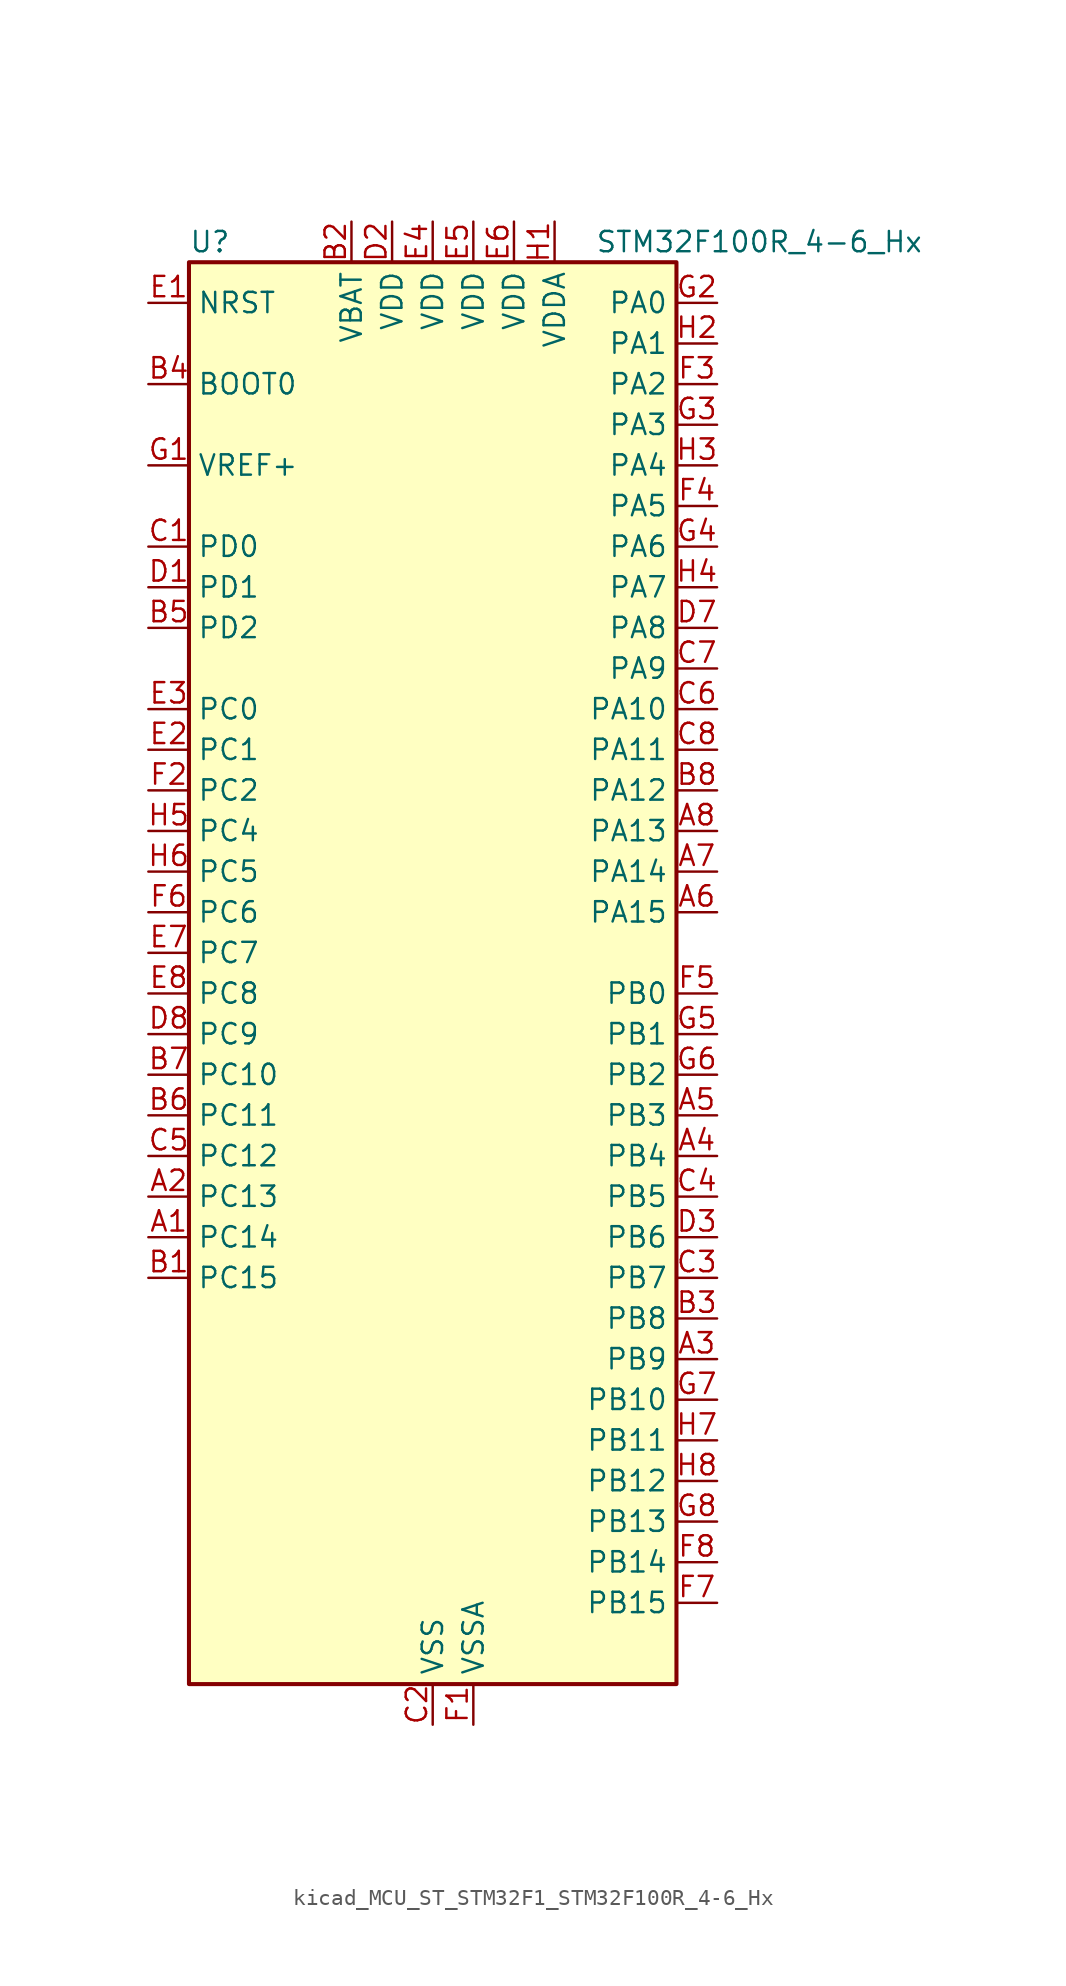
<source format=kicad_sym>
(kicad_symbol_lib
  (version 20220914)
  (generator kicad_symbol_editor)
  (symbol "kicad_MCU_ST_STM32F1_STM32F100R_4-6_Hx"
    (property "Reference" "U"
      (at -15.24 46.99 0)
      (effects (font (size 1.27 1.27)) (justify left)))
    (property "Value" "STM32F100R_4-6_Hx"
      (at 10.16 46.99 0)
      (effects (font (size 1.27 1.27)) (justify left)))
    (property "ki_locked" ""
      (at 0 0 0)
      (effects (font (size 1.27 1.27))))
    (symbol "kicad_MCU_ST_STM32F1_STM32F100R_4-6_Hx_0_1"
      (rectangle (start -15.24 -43.18) (end 15.24 45.72) (stroke (width 0.254) (type default)) (fill (type background))))
    (symbol "kicad_MCU_ST_STM32F1_STM32F100R_4-6_Hx_1_1"
      (pin bidirectional line (at -17.78 -15.24 0) (length 2.54) (name "PC14" (effects (font (size 1.27 1.27)))) (number "A1" (effects (font (size 1.27 1.27)))) (alternate "RCC_OSC32_IN" bidirectional line))
      (pin bidirectional line (at -17.78 -12.7 0) (length 2.54) (name "PC13" (effects (font (size 1.27 1.27)))) (number "A2" (effects (font (size 1.27 1.27)))) (alternate "RTC_OUT" bidirectional line) (alternate "RTC_TAMPER" bidirectional line))
      (pin bidirectional line (at 17.78 -22.86 180) (length 2.54) (name "PB9" (effects (font (size 1.27 1.27)))) (number "A3" (effects (font (size 1.27 1.27)))) (alternate "DAC_EXTI9" bidirectional line) (alternate "I2C1_SDA" bidirectional line) (alternate "TIM17_CH1" bidirectional line))
      (pin bidirectional line (at 17.78 -10.16 180) (length 2.54) (name "PB4" (effects (font (size 1.27 1.27)))) (number "A4" (effects (font (size 1.27 1.27)))) (alternate "SPI1_MISO" bidirectional line) (alternate "SYS_NJTRST" bidirectional line) (alternate "TIM3_CH1" bidirectional line))
      (pin bidirectional line (at 17.78 -7.62 180) (length 2.54) (name "PB3" (effects (font (size 1.27 1.27)))) (number "A5" (effects (font (size 1.27 1.27)))) (alternate "SPI1_SCK" bidirectional line) (alternate "SYS_JTDO-TRACESWO" bidirectional line) (alternate "TIM2_CH2" bidirectional line))
      (pin bidirectional line (at 17.78 5.08 180) (length 2.54) (name "PA15" (effects (font (size 1.27 1.27)))) (number "A6" (effects (font (size 1.27 1.27)))) (alternate "ADC1_EXTI15" bidirectional line) (alternate "SPI1_NSS" bidirectional line) (alternate "SYS_JTDI" bidirectional line) (alternate "TIM2_CH1" bidirectional line) (alternate "TIM2_ETR" bidirectional line))
      (pin bidirectional line (at 17.78 7.62 180) (length 2.54) (name "PA14" (effects (font (size 1.27 1.27)))) (number "A7" (effects (font (size 1.27 1.27)))) (alternate "SYS_JTCK-SWCLK" bidirectional line))
      (pin bidirectional line (at 17.78 10.16 180) (length 2.54) (name "PA13" (effects (font (size 1.27 1.27)))) (number "A8" (effects (font (size 1.27 1.27)))) (alternate "SYS_JTMS-SWDIO" bidirectional line))
      (pin bidirectional line (at -17.78 -17.78 0) (length 2.54) (name "PC15" (effects (font (size 1.27 1.27)))) (number "B1" (effects (font (size 1.27 1.27)))) (alternate "ADC1_EXTI15" bidirectional line) (alternate "RCC_OSC32_OUT" bidirectional line))
      (pin power_in line (at -5.08 48.26 270) (length 2.54) (name "VBAT" (effects (font (size 1.27 1.27)))) (number "B2" (effects (font (size 1.27 1.27)))))
      (pin bidirectional line (at 17.78 -20.32 180) (length 2.54) (name "PB8" (effects (font (size 1.27 1.27)))) (number "B3" (effects (font (size 1.27 1.27)))) (alternate "CEC" bidirectional line) (alternate "I2C1_SCL" bidirectional line) (alternate "TIM16_CH1" bidirectional line))
      (pin input line (at -17.78 38.1 0) (length 2.54) (name "BOOT0" (effects (font (size 1.27 1.27)))) (number "B4" (effects (font (size 1.27 1.27)))))
      (pin bidirectional line (at -17.78 22.86 0) (length 2.54) (name "PD2" (effects (font (size 1.27 1.27)))) (number "B5" (effects (font (size 1.27 1.27)))) (alternate "TIM3_ETR" bidirectional line))
      (pin bidirectional line (at -17.78 -7.62 0) (length 2.54) (name "PC11" (effects (font (size 1.27 1.27)))) (number "B6" (effects (font (size 1.27 1.27)))) (alternate "ADC1_EXTI11" bidirectional line))
      (pin bidirectional line (at -17.78 -5.08 0) (length 2.54) (name "PC10" (effects (font (size 1.27 1.27)))) (number "B7" (effects (font (size 1.27 1.27)))))
      (pin bidirectional line (at 17.78 12.7 180) (length 2.54) (name "PA12" (effects (font (size 1.27 1.27)))) (number "B8" (effects (font (size 1.27 1.27)))) (alternate "TIM1_ETR" bidirectional line) (alternate "USART1_RTS" bidirectional line))
      (pin bidirectional line (at -17.78 27.94 0) (length 2.54) (name "PD0" (effects (font (size 1.27 1.27)))) (number "C1" (effects (font (size 1.27 1.27)))) (alternate "RCC_OSC_IN" bidirectional line))
      (pin power_in line (at 0 -45.72 90) (length 2.54) (name "VSS" (effects (font (size 1.27 1.27)))) (number "C2" (effects (font (size 1.27 1.27)))))
      (pin bidirectional line (at 17.78 -17.78 180) (length 2.54) (name "PB7" (effects (font (size 1.27 1.27)))) (number "C3" (effects (font (size 1.27 1.27)))) (alternate "I2C1_SDA" bidirectional line) (alternate "TIM17_CH1N" bidirectional line) (alternate "USART1_RX" bidirectional line))
      (pin bidirectional line (at 17.78 -12.7 180) (length 2.54) (name "PB5" (effects (font (size 1.27 1.27)))) (number "C4" (effects (font (size 1.27 1.27)))) (alternate "I2C1_SMBA" bidirectional line) (alternate "SPI1_MOSI" bidirectional line) (alternate "TIM16_BKIN" bidirectional line) (alternate "TIM3_CH2" bidirectional line))
      (pin bidirectional line (at -17.78 -10.16 0) (length 2.54) (name "PC12" (effects (font (size 1.27 1.27)))) (number "C5" (effects (font (size 1.27 1.27)))))
      (pin bidirectional line (at 17.78 17.78 180) (length 2.54) (name "PA10" (effects (font (size 1.27 1.27)))) (number "C6" (effects (font (size 1.27 1.27)))) (alternate "TIM17_BKIN" bidirectional line) (alternate "TIM1_CH3" bidirectional line) (alternate "USART1_RX" bidirectional line))
      (pin bidirectional line (at 17.78 20.32 180) (length 2.54) (name "PA9" (effects (font (size 1.27 1.27)))) (number "C7" (effects (font (size 1.27 1.27)))) (alternate "DAC_EXTI9" bidirectional line) (alternate "TIM15_BKIN" bidirectional line) (alternate "TIM1_CH2" bidirectional line) (alternate "USART1_TX" bidirectional line))
      (pin bidirectional line (at 17.78 15.24 180) (length 2.54) (name "PA11" (effects (font (size 1.27 1.27)))) (number "C8" (effects (font (size 1.27 1.27)))) (alternate "ADC1_EXTI11" bidirectional line) (alternate "TIM1_CH4" bidirectional line) (alternate "USART1_CTS" bidirectional line))
      (pin bidirectional line (at -17.78 25.4 0) (length 2.54) (name "PD1" (effects (font (size 1.27 1.27)))) (number "D1" (effects (font (size 1.27 1.27)))) (alternate "RCC_OSC_OUT" bidirectional line))
      (pin power_in line (at -2.54 48.26 270) (length 2.54) (name "VDD" (effects (font (size 1.27 1.27)))) (number "D2" (effects (font (size 1.27 1.27)))))
      (pin bidirectional line (at 17.78 -15.24 180) (length 2.54) (name "PB6" (effects (font (size 1.27 1.27)))) (number "D3" (effects (font (size 1.27 1.27)))) (alternate "I2C1_SCL" bidirectional line) (alternate "TIM16_CH1N" bidirectional line) (alternate "USART1_TX" bidirectional line))
      (pin passive line (at 0 -45.72 90) (length 2.54) hide (name "VSS" (effects (font (size 1.27 1.27)))) (number "D4" (effects (font (size 1.27 1.27)))))
      (pin passive line (at 0 -45.72 90) (length 2.54) hide (name "VSS" (effects (font (size 1.27 1.27)))) (number "D5" (effects (font (size 1.27 1.27)))))
      (pin passive line (at 0 -45.72 90) (length 2.54) hide (name "VSS" (effects (font (size 1.27 1.27)))) (number "D6" (effects (font (size 1.27 1.27)))))
      (pin bidirectional line (at 17.78 22.86 180) (length 2.54) (name "PA8" (effects (font (size 1.27 1.27)))) (number "D7" (effects (font (size 1.27 1.27)))) (alternate "RCC_MCO" bidirectional line) (alternate "TIM1_CH1" bidirectional line) (alternate "USART1_CK" bidirectional line))
      (pin bidirectional line (at -17.78 -2.54 0) (length 2.54) (name "PC9" (effects (font (size 1.27 1.27)))) (number "D8" (effects (font (size 1.27 1.27)))) (alternate "DAC_EXTI9" bidirectional line) (alternate "TIM3_CH4" bidirectional line))
      (pin input line (at -17.78 43.18 0) (length 2.54) (name "NRST" (effects (font (size 1.27 1.27)))) (number "E1" (effects (font (size 1.27 1.27)))))
      (pin bidirectional line (at -17.78 15.24 0) (length 2.54) (name "PC1" (effects (font (size 1.27 1.27)))) (number "E2" (effects (font (size 1.27 1.27)))) (alternate "ADC1_IN11" bidirectional line))
      (pin bidirectional line (at -17.78 17.78 0) (length 2.54) (name "PC0" (effects (font (size 1.27 1.27)))) (number "E3" (effects (font (size 1.27 1.27)))) (alternate "ADC1_IN10" bidirectional line))
      (pin power_in line (at 0 48.26 270) (length 2.54) (name "VDD" (effects (font (size 1.27 1.27)))) (number "E4" (effects (font (size 1.27 1.27)))))
      (pin power_in line (at 2.54 48.26 270) (length 2.54) (name "VDD" (effects (font (size 1.27 1.27)))) (number "E5" (effects (font (size 1.27 1.27)))))
      (pin power_in line (at 5.08 48.26 270) (length 2.54) (name "VDD" (effects (font (size 1.27 1.27)))) (number "E6" (effects (font (size 1.27 1.27)))))
      (pin bidirectional line (at -17.78 2.54 0) (length 2.54) (name "PC7" (effects (font (size 1.27 1.27)))) (number "E7" (effects (font (size 1.27 1.27)))) (alternate "TIM3_CH2" bidirectional line))
      (pin bidirectional line (at -17.78 0 0) (length 2.54) (name "PC8" (effects (font (size 1.27 1.27)))) (number "E8" (effects (font (size 1.27 1.27)))) (alternate "TIM3_CH3" bidirectional line))
      (pin power_in line (at 2.54 -45.72 90) (length 2.54) (name "VSSA" (effects (font (size 1.27 1.27)))) (number "F1" (effects (font (size 1.27 1.27)))))
      (pin bidirectional line (at -17.78 12.7 0) (length 2.54) (name "PC2" (effects (font (size 1.27 1.27)))) (number "F2" (effects (font (size 1.27 1.27)))) (alternate "ADC1_IN12" bidirectional line))
      (pin bidirectional line (at 17.78 38.1 180) (length 2.54) (name "PA2" (effects (font (size 1.27 1.27)))) (number "F3" (effects (font (size 1.27 1.27)))) (alternate "ADC1_IN2" bidirectional line) (alternate "TIM15_CH1" bidirectional line) (alternate "TIM2_CH3" bidirectional line) (alternate "USART2_TX" bidirectional line))
      (pin bidirectional line (at 17.78 30.48 180) (length 2.54) (name "PA5" (effects (font (size 1.27 1.27)))) (number "F4" (effects (font (size 1.27 1.27)))) (alternate "ADC1_IN5" bidirectional line) (alternate "DAC_OUT2" bidirectional line) (alternate "SPI1_SCK" bidirectional line))
      (pin bidirectional line (at 17.78 0 180) (length 2.54) (name "PB0" (effects (font (size 1.27 1.27)))) (number "F5" (effects (font (size 1.27 1.27)))) (alternate "ADC1_IN8" bidirectional line) (alternate "TIM1_CH2N" bidirectional line) (alternate "TIM3_CH3" bidirectional line))
      (pin bidirectional line (at -17.78 5.08 0) (length 2.54) (name "PC6" (effects (font (size 1.27 1.27)))) (number "F6" (effects (font (size 1.27 1.27)))) (alternate "TIM3_CH1" bidirectional line))
      (pin bidirectional line (at 17.78 -38.1 180) (length 2.54) (name "PB15" (effects (font (size 1.27 1.27)))) (number "F7" (effects (font (size 1.27 1.27)))) (alternate "ADC1_EXTI15" bidirectional line) (alternate "TIM15_CH1N" bidirectional line) (alternate "TIM15_CH2" bidirectional line) (alternate "TIM1_CH3N" bidirectional line))
      (pin bidirectional line (at 17.78 -35.56 180) (length 2.54) (name "PB14" (effects (font (size 1.27 1.27)))) (number "F8" (effects (font (size 1.27 1.27)))) (alternate "TIM15_CH1" bidirectional line) (alternate "TIM1_CH2N" bidirectional line))
      (pin input line (at -17.78 33.02 0) (length 2.54) (name "VREF+" (effects (font (size 1.27 1.27)))) (number "G1" (effects (font (size 1.27 1.27)))))
      (pin bidirectional line (at 17.78 43.18 180) (length 2.54) (name "PA0" (effects (font (size 1.27 1.27)))) (number "G2" (effects (font (size 1.27 1.27)))) (alternate "ADC1_IN0" bidirectional line) (alternate "SYS_WKUP" bidirectional line) (alternate "TIM2_CH1" bidirectional line) (alternate "TIM2_ETR" bidirectional line) (alternate "USART2_CTS" bidirectional line))
      (pin bidirectional line (at 17.78 35.56 180) (length 2.54) (name "PA3" (effects (font (size 1.27 1.27)))) (number "G3" (effects (font (size 1.27 1.27)))) (alternate "ADC1_IN3" bidirectional line) (alternate "TIM15_CH2" bidirectional line) (alternate "TIM2_CH4" bidirectional line) (alternate "USART2_RX" bidirectional line))
      (pin bidirectional line (at 17.78 27.94 180) (length 2.54) (name "PA6" (effects (font (size 1.27 1.27)))) (number "G4" (effects (font (size 1.27 1.27)))) (alternate "ADC1_IN6" bidirectional line) (alternate "SPI1_MISO" bidirectional line) (alternate "TIM16_CH1" bidirectional line) (alternate "TIM1_BKIN" bidirectional line) (alternate "TIM3_CH1" bidirectional line))
      (pin bidirectional line (at 17.78 -2.54 180) (length 2.54) (name "PB1" (effects (font (size 1.27 1.27)))) (number "G5" (effects (font (size 1.27 1.27)))) (alternate "ADC1_IN9" bidirectional line) (alternate "TIM1_CH3N" bidirectional line) (alternate "TIM3_CH4" bidirectional line))
      (pin bidirectional line (at 17.78 -5.08 180) (length 2.54) (name "PB2" (effects (font (size 1.27 1.27)))) (number "G6" (effects (font (size 1.27 1.27)))))
      (pin bidirectional line (at 17.78 -25.4 180) (length 2.54) (name "PB10" (effects (font (size 1.27 1.27)))) (number "G7" (effects (font (size 1.27 1.27)))) (alternate "CEC" bidirectional line) (alternate "TIM2_CH3" bidirectional line))
      (pin bidirectional line (at 17.78 -33.02 180) (length 2.54) (name "PB13" (effects (font (size 1.27 1.27)))) (number "G8" (effects (font (size 1.27 1.27)))) (alternate "TIM1_CH1N" bidirectional line))
      (pin power_in line (at 7.62 48.26 270) (length 2.54) (name "VDDA" (effects (font (size 1.27 1.27)))) (number "H1" (effects (font (size 1.27 1.27)))))
      (pin bidirectional line (at 17.78 40.64 180) (length 2.54) (name "PA1" (effects (font (size 1.27 1.27)))) (number "H2" (effects (font (size 1.27 1.27)))) (alternate "ADC1_IN1" bidirectional line) (alternate "TIM2_CH2" bidirectional line) (alternate "USART2_RTS" bidirectional line))
      (pin bidirectional line (at 17.78 33.02 180) (length 2.54) (name "PA4" (effects (font (size 1.27 1.27)))) (number "H3" (effects (font (size 1.27 1.27)))) (alternate "ADC1_IN4" bidirectional line) (alternate "DAC_OUT1" bidirectional line) (alternate "SPI1_NSS" bidirectional line) (alternate "USART2_CK" bidirectional line))
      (pin bidirectional line (at 17.78 25.4 180) (length 2.54) (name "PA7" (effects (font (size 1.27 1.27)))) (number "H4" (effects (font (size 1.27 1.27)))) (alternate "ADC1_IN7" bidirectional line) (alternate "SPI1_MOSI" bidirectional line) (alternate "TIM17_CH1" bidirectional line) (alternate "TIM1_CH1N" bidirectional line) (alternate "TIM3_CH2" bidirectional line))
      (pin bidirectional line (at -17.78 10.16 0) (length 2.54) (name "PC4" (effects (font (size 1.27 1.27)))) (number "H5" (effects (font (size 1.27 1.27)))) (alternate "ADC1_IN14" bidirectional line))
      (pin bidirectional line (at -17.78 7.62 0) (length 2.54) (name "PC5" (effects (font (size 1.27 1.27)))) (number "H6" (effects (font (size 1.27 1.27)))) (alternate "ADC1_IN15" bidirectional line))
      (pin bidirectional line (at 17.78 -27.94 180) (length 2.54) (name "PB11" (effects (font (size 1.27 1.27)))) (number "H7" (effects (font (size 1.27 1.27)))) (alternate "ADC1_EXTI11" bidirectional line) (alternate "TIM2_CH4" bidirectional line))
      (pin bidirectional line (at 17.78 -30.48 180) (length 2.54) (name "PB12" (effects (font (size 1.27 1.27)))) (number "H8" (effects (font (size 1.27 1.27)))) (alternate "TIM1_BKIN" bidirectional line)))))
</source>
